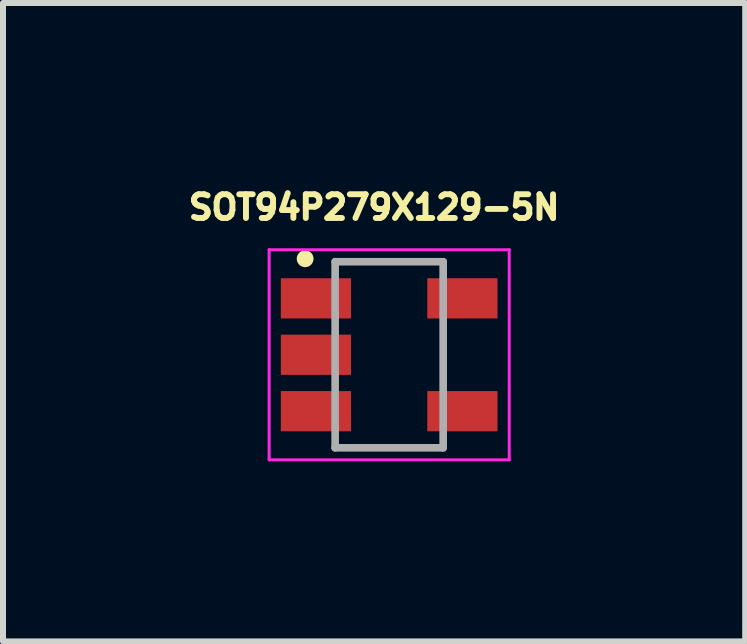
<source format=kicad_pcb>
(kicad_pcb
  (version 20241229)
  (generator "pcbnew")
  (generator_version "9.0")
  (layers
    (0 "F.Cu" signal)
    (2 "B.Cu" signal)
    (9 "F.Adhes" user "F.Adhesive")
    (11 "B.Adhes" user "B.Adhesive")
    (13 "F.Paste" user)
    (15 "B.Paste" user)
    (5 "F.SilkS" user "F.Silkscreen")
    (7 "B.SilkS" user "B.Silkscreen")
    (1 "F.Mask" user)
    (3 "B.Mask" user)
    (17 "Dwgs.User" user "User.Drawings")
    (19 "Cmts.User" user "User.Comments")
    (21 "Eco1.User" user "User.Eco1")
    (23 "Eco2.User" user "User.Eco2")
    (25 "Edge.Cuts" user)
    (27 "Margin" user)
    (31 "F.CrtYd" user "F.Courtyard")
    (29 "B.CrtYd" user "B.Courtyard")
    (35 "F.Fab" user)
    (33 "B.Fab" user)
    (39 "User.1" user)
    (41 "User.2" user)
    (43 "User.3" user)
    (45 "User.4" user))
  (footprint "SOT94P279X129-5N"
    (layer "F.Cu")
    (at 3.434 2.861)
    (property "Reference" "SOT94P279X129-5N" (at -0.251 -2.457 0) (layer "F.SilkS") (effects (font (size 0.395 0.395) (thickness 0.15))))
    (attr through_hole)
    (fp_circle (center -1.4 -1.6) (end -1.33 -1.6) (stroke (width 0.14) (type solid)) (fill no) (layer "F.SilkS"))
    (fp_line (start -2 -1.75) (end -2 1.75) (stroke (width 0.05) (type solid)) (layer "F.CrtYd"))
    (fp_line (start -2 1.75) (end 2 1.75) (stroke (width 0.05) (type solid)) (layer "F.CrtYd"))
    (fp_line (start 2 -1.75) (end -2 -1.75) (stroke (width 0.05) (type solid)) (layer "F.CrtYd"))
    (fp_line (start 2 1.75) (end 2 -1.75) (stroke (width 0.05) (type solid)) (layer "F.CrtYd"))
    (fp_line (start -0.9 -1.55) (end 0.9 -1.55) (stroke (width 0.127) (type solid)) (layer "F.Fab"))
    (fp_line (start -0.9 1.55) (end -0.9 -1.55) (stroke (width 0.127) (type solid)) (layer "F.Fab"))
    (fp_line (start 0.9 -1.55) (end 0.9 1.55) (stroke (width 0.127) (type solid)) (layer "F.Fab"))
    (fp_line (start 0.9 1.55) (end -0.9 1.55) (stroke (width 0.127) (type solid)) (layer "F.Fab"))
    (pad "1" smd rect (at -1.22 -0.94) (size 1.17 0.67) (layers "F.Cu" "F.Mask" "F.Paste"))
    (pad "2" smd rect (at -1.22 0) (size 1.17 0.67) (layers "F.Cu" "F.Mask" "F.Paste"))
    (pad "3" smd rect (at -1.22 0.94) (size 1.17 0.67) (layers "F.Cu" "F.Mask" "F.Paste"))
    (pad "4" smd rect (at 1.22 0.94) (size 1.17 0.67) (layers "F.Cu" "F.Mask" "F.Paste"))
    (pad "5" smd rect (at 1.22 -0.94) (size 1.17 0.67) (layers "F.Cu" "F.Mask" "F.Paste")))
  (gr_rect
    (start -3 -3)
    (end 9.366 7.636)
    (stroke (width 0.1) (type default))
    (fill no)
    (layer "Edge.Cuts")))
</source>
